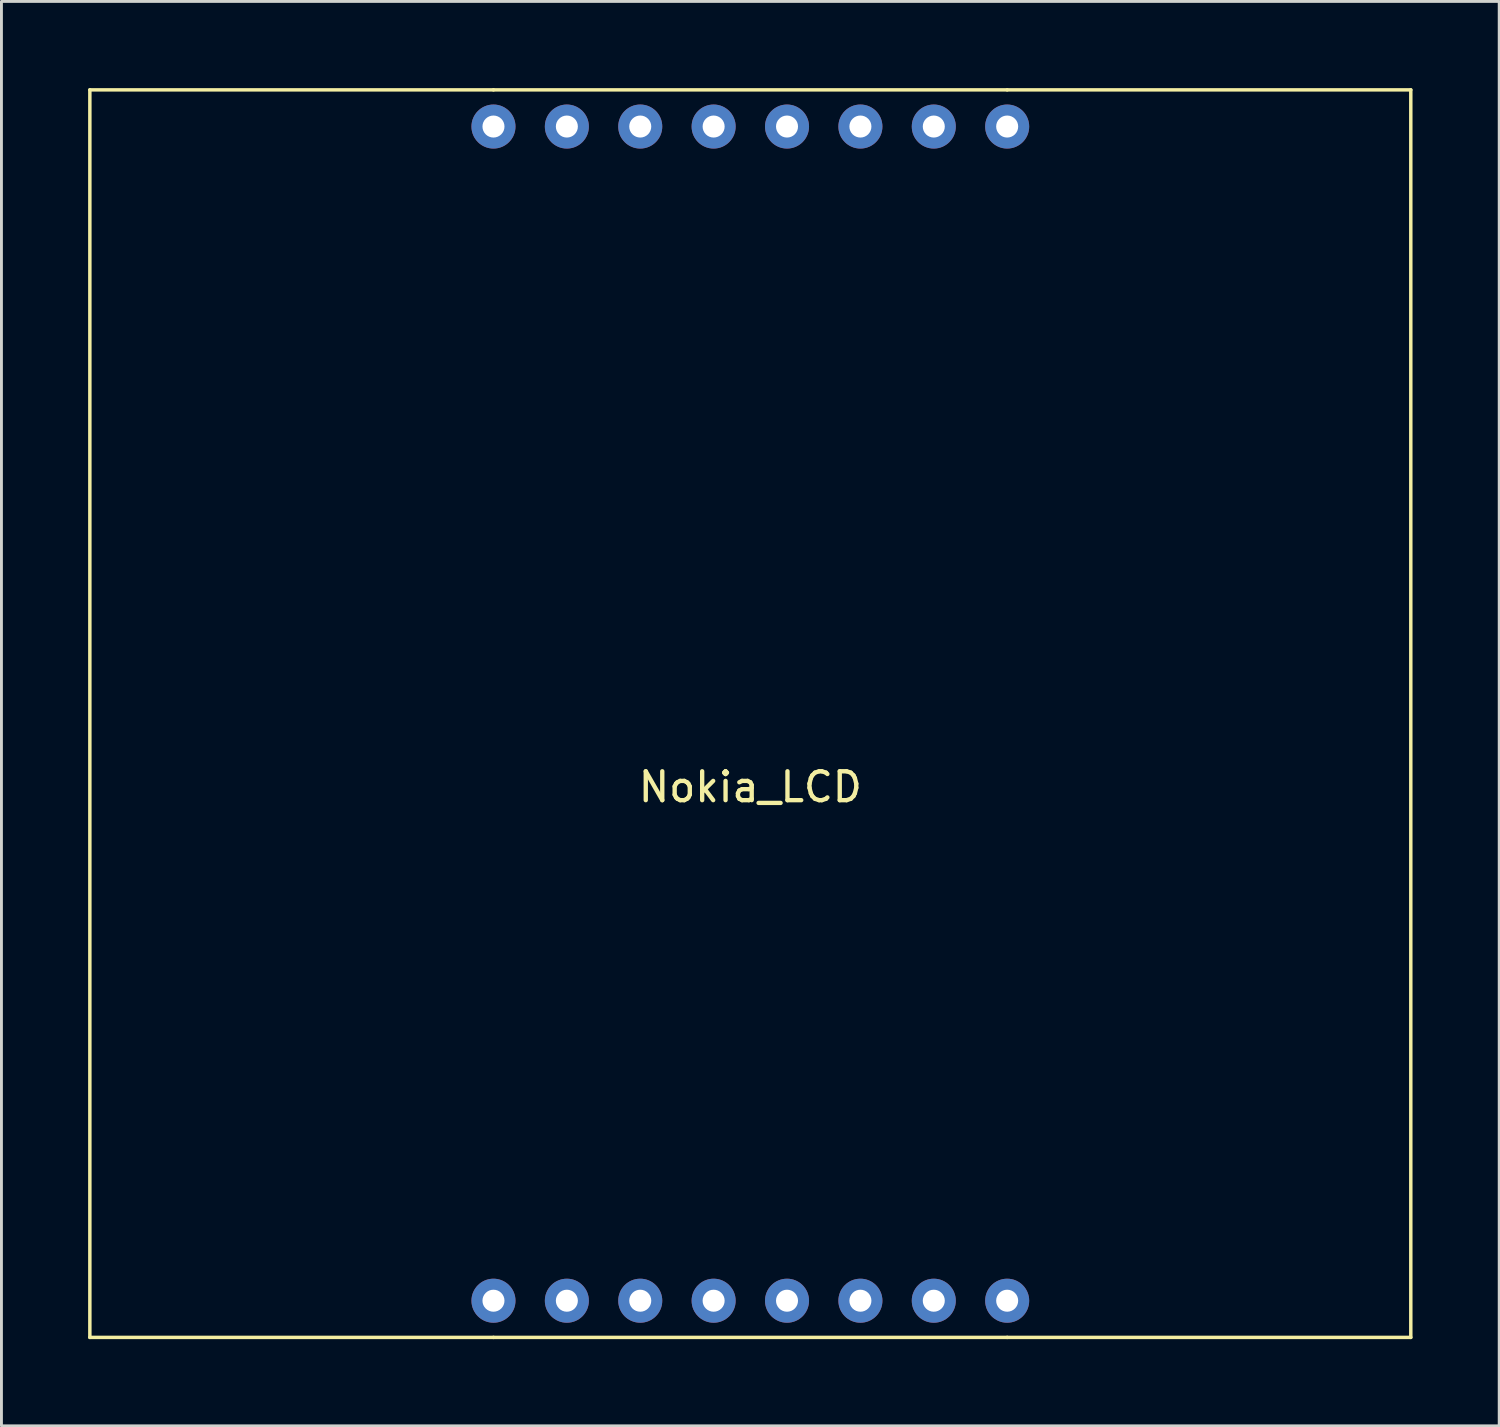
<source format=kicad_pcb>
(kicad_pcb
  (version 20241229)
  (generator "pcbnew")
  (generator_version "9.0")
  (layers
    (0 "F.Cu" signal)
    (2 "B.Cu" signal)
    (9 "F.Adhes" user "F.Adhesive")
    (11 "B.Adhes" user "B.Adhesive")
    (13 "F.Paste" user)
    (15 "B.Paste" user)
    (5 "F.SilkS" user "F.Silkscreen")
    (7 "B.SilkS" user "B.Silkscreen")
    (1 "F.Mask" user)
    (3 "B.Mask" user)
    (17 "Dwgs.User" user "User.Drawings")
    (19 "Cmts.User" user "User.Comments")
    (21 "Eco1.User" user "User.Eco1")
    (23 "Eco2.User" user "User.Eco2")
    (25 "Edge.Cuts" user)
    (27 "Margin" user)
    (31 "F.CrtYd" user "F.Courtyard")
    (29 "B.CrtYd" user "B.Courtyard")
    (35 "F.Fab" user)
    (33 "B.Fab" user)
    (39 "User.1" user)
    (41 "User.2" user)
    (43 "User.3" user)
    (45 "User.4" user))
  (footprint "Nokia_LCD"
    (layer "F.Cu")
    (at 22.92 21.65)
    (property "Reference" "Nokia_LCD" (at 0 2.54 0) (layer "F.SilkS") (effects (font (size 1 1) (thickness 0.15))))
    (attr through_hole)
    (fp_line (start -22.86 -21.59) (end -8.89 -21.59) (stroke (width 0.12) (type solid)) (layer "F.SilkS"))
    (fp_line (start -22.86 21.59) (end -22.86 -21.59) (stroke (width 0.12) (type solid)) (layer "F.SilkS"))
    (fp_line (start -8.89 -21.59) (end 8.89 -21.59) (stroke (width 0.12) (type solid)) (layer "F.SilkS"))
    (fp_line (start -8.89 21.59) (end -22.86 21.59) (stroke (width 0.12) (type solid)) (layer "F.SilkS"))
    (fp_line (start 8.89 -21.59) (end 22.86 -21.59) (stroke (width 0.12) (type solid)) (layer "F.SilkS"))
    (fp_line (start 8.89 21.59) (end -8.89 21.59) (stroke (width 0.12) (type solid)) (layer "F.SilkS"))
    (fp_line (start 22.86 -21.59) (end 22.86 21.59) (stroke (width 0.12) (type solid)) (layer "F.SilkS"))
    (fp_line (start 22.86 21.59) (end 8.89 21.59) (stroke (width 0.12) (type solid)) (layer "F.SilkS"))
    (pad "1" thru_hole circle (at -8.89 -20.32) (size 1.524 1.524) (drill 0.762) (layers "*.Cu" "*.Mask"))
    (pad "1" thru_hole circle (at -8.89 20.32) (size 1.524 1.524) (drill 0.762) (layers "*.Cu" "*.Mask"))
    (pad "2" thru_hole circle (at -6.35 -20.32) (size 1.524 1.524) (drill 0.762) (layers "*.Cu" "*.Mask"))
    (pad "2" thru_hole circle (at -6.35 20.32) (size 1.524 1.524) (drill 0.762) (layers "*.Cu" "*.Mask"))
    (pad "3" thru_hole circle (at -3.81 -20.32) (size 1.524 1.524) (drill 0.762) (layers "*.Cu" "*.Mask"))
    (pad "3" thru_hole circle (at -3.81 20.32) (size 1.524 1.524) (drill 0.762) (layers "*.Cu" "*.Mask"))
    (pad "4" thru_hole circle (at -1.27 -20.32) (size 1.524 1.524) (drill 0.762) (layers "*.Cu" "*.Mask"))
    (pad "4" thru_hole circle (at -1.27 20.32) (size 1.524 1.524) (drill 0.762) (layers "*.Cu" "*.Mask"))
    (pad "5" thru_hole circle (at 1.27 -20.32) (size 1.524 1.524) (drill 0.762) (layers "*.Cu" "*.Mask"))
    (pad "5" thru_hole circle (at 1.27 20.32) (size 1.524 1.524) (drill 0.762) (layers "*.Cu" "*.Mask"))
    (pad "6" thru_hole circle (at 3.81 -20.32) (size 1.524 1.524) (drill 0.762) (layers "*.Cu" "*.Mask"))
    (pad "6" thru_hole circle (at 3.81 20.32) (size 1.524 1.524) (drill 0.762) (layers "*.Cu" "*.Mask"))
    (pad "7" thru_hole circle (at 6.35 -20.32) (size 1.524 1.524) (drill 0.762) (layers "*.Cu" "*.Mask"))
    (pad "7" thru_hole circle (at 6.35 20.32) (size 1.524 1.524) (drill 0.762) (layers "*.Cu" "*.Mask"))
    (pad "8" thru_hole circle (at 8.89 -20.32) (size 1.524 1.524) (drill 0.762) (layers "*.Cu" "*.Mask"))
    (pad "8" thru_hole circle (at 8.89 20.32) (size 1.524 1.524) (drill 0.762) (layers "*.Cu" "*.Mask")))
  (gr_rect
    (start -3 -3)
    (end 48.84 46.3)
    (stroke (width 0.1) (type default))
    (fill no)
    (layer "Edge.Cuts")))
</source>
